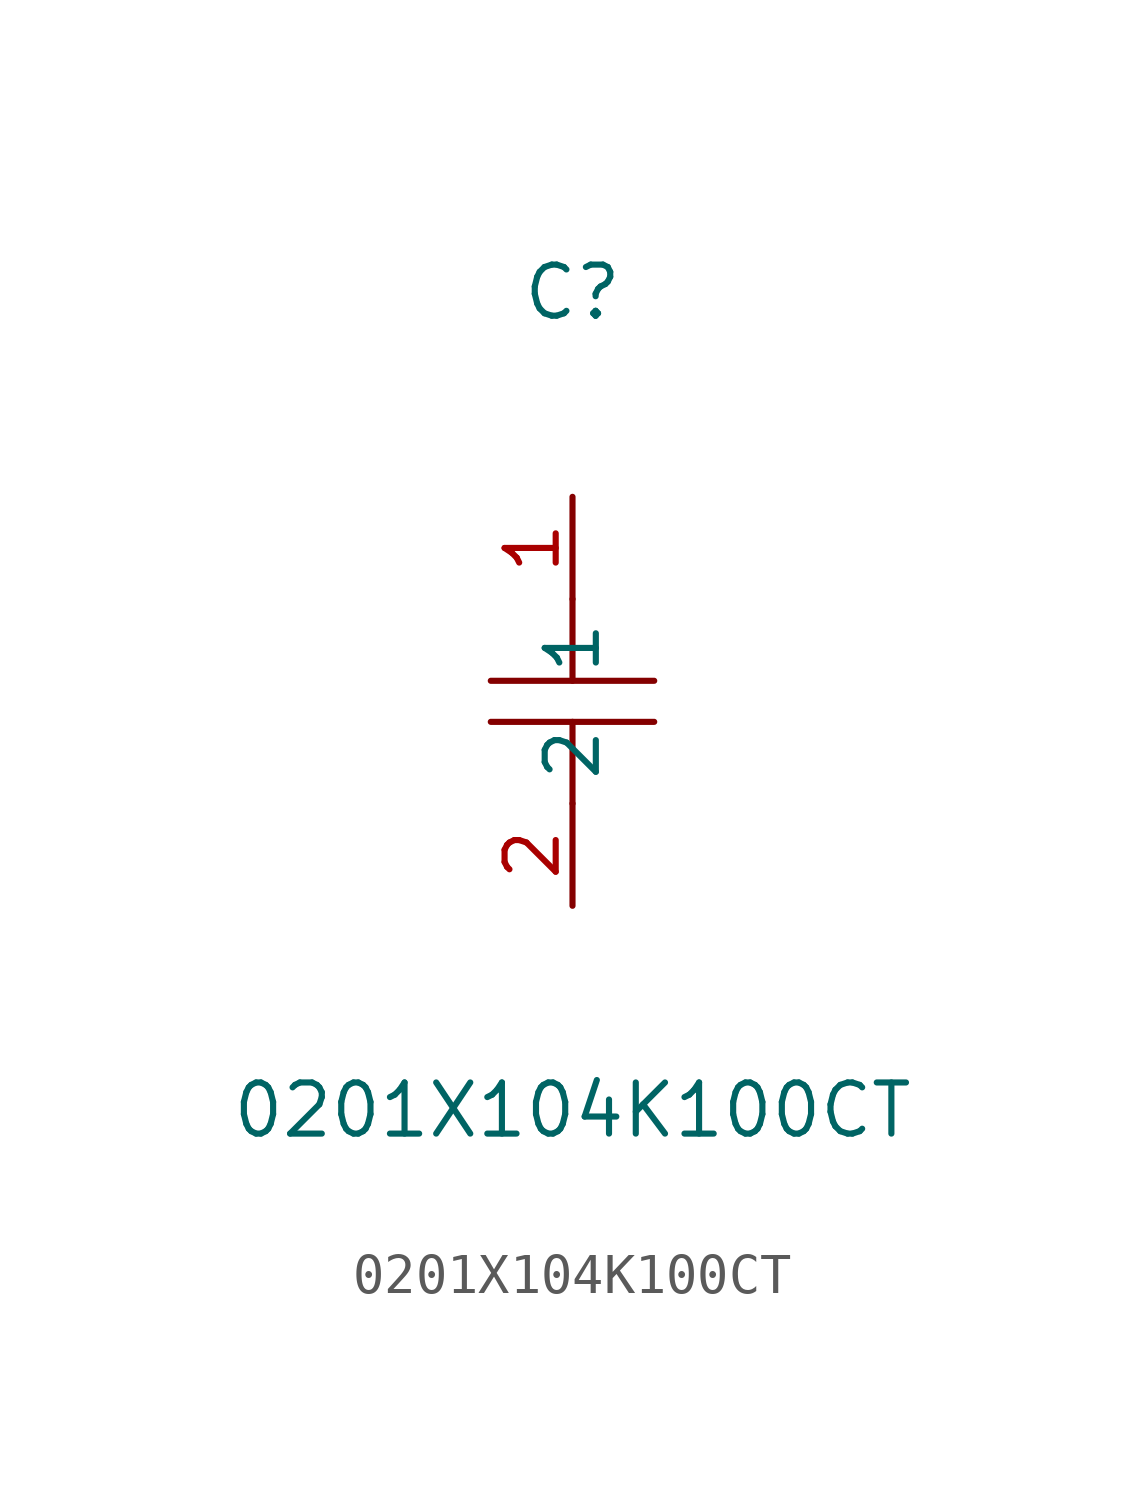
<source format=kicad_sym>
(kicad_symbol_lib
  (version 20211014)
  (generator https://github.com/uPesy/easyeda2kicad.py)
  (symbol "0201X104K100CT"
    (property "Reference" "C"
      (at 0 10.16 0)
      (effects (font (size 1.27 1.27))))
    (property "Value" "0201X104K100CT"
      (at 0 -10.16 0)
      (effects (font (size 1.27 1.27))))
    (symbol "0201X104K100CT_0_1"
      (polyline (pts (xy -2.03 0.51) (xy 2.03 0.51)) (stroke (width 0) (type default) (color 0 0 0 0)) (fill (type none)))
      (polyline (pts (xy 0.00 -2.54) (xy 0.00 -0.51)) (stroke (width 0) (type default) (color 0 0 0 0)) (fill (type none)))
      (polyline (pts (xy 2.03 -0.51) (xy -2.03 -0.51)) (stroke (width 0) (type default) (color 0 0 0 0)) (fill (type none)))
      (polyline (pts (xy 0.00 0.51) (xy 0.00 2.54)) (stroke (width 0) (type default) (color 0 0 0 0)) (fill (type none)))
      (pin unspecified line (at 0.00 5.08 270) (length 2.54) (name "1" (effects (font (size 1.27 1.27)))) (number "1" (effects (font (size 1.27 1.27)))))
      (pin unspecified line (at 0.00 -5.08 90) (length 2.54) (name "2" (effects (font (size 1.27 1.27)))) (number "2" (effects (font (size 1.27 1.27))))))))
</source>
